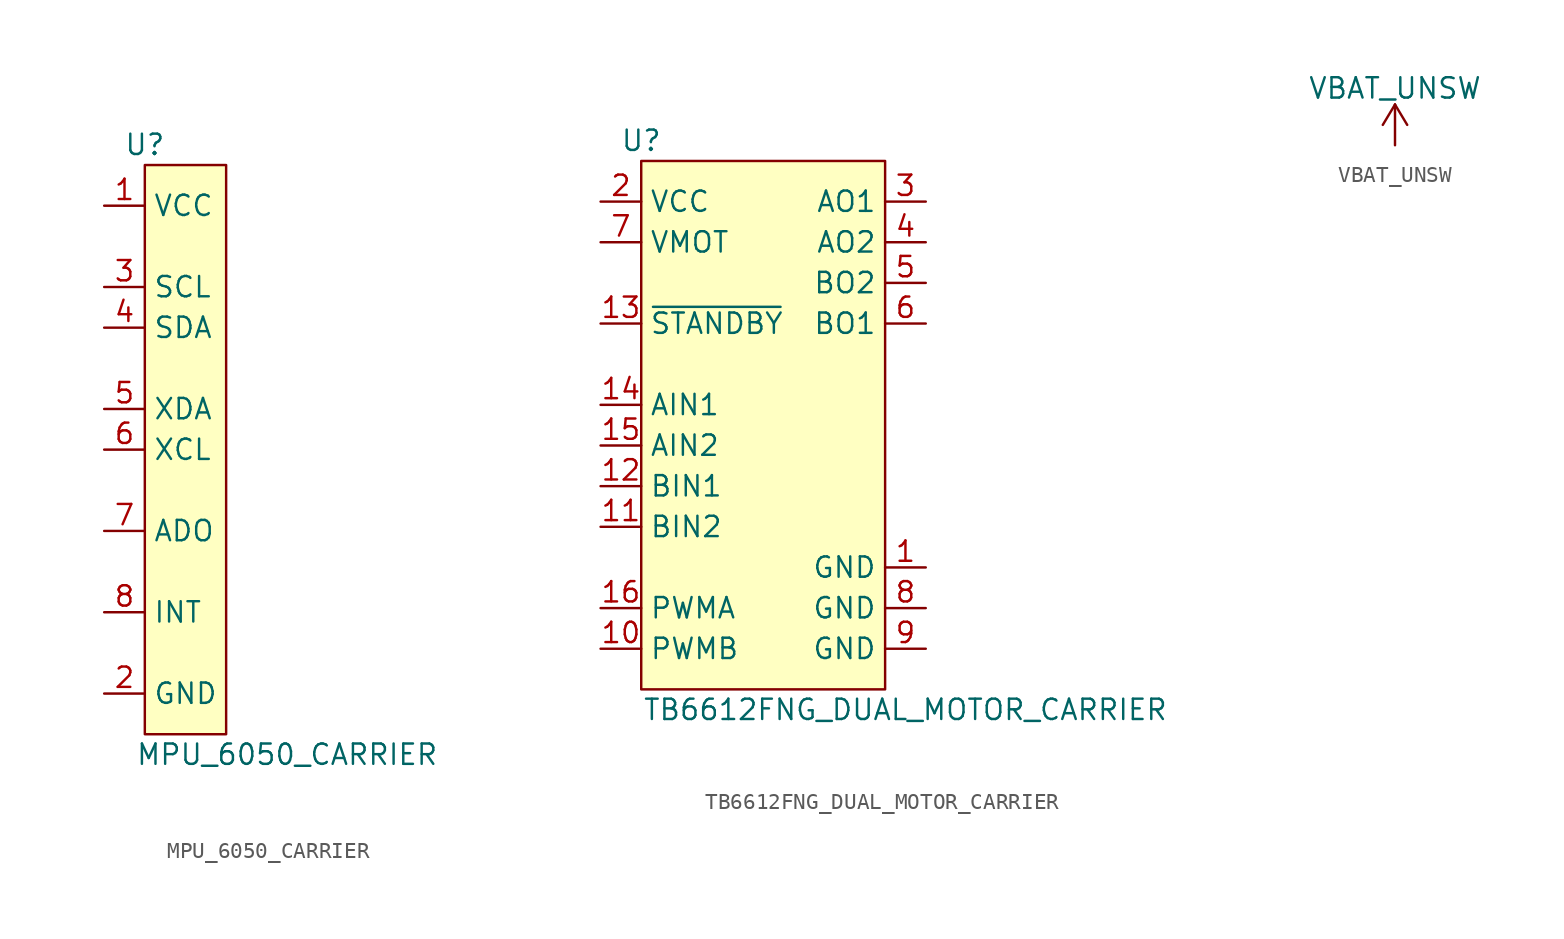
<source format=kicad_sym>
(kicad_symbol_lib
  (version 20211014)
  (generator kicad_symbol_editor)
  (symbol "MPU_6050_CARRIER"
    (property "Reference" "U"
      (at 0 1.27 0)
      (effects (font (size 1.27 1.27))))
    (property "Value" "MPU_6050_CARRIER"
      (at 8.89 -36.83 0)
      (effects (font (size 1.27 1.27))))
    (symbol "MPU_6050_CARRIER_0_1"
      (rectangle (start 0 0) (end 5.08 -35.56) (stroke (width 0) (type default) (color 0 0 0 0)) (fill (type background))))
    (symbol "MPU_6050_CARRIER_1_1"
      (pin power_in line (at -2.54 -2.54 0) (length 2.54) (name "VCC" (effects (font (size 1.27 1.27)))) (number "1" (effects (font (size 1.27 1.27)))))
      (pin power_in line (at -2.54 -33.02 0) (length 2.54) (name "GND" (effects (font (size 1.27 1.27)))) (number "2" (effects (font (size 1.27 1.27)))))
      (pin input line (at -2.54 -7.62 0) (length 2.54) (name "SCL" (effects (font (size 1.27 1.27)))) (number "3" (effects (font (size 1.27 1.27)))))
      (pin bidirectional line (at -2.54 -10.16 0) (length 2.54) (name "SDA" (effects (font (size 1.27 1.27)))) (number "4" (effects (font (size 1.27 1.27)))))
      (pin bidirectional line (at -2.54 -15.24 0) (length 2.54) (name "XDA" (effects (font (size 1.27 1.27)))) (number "5" (effects (font (size 1.27 1.27)))))
      (pin output line (at -2.54 -17.78 0) (length 2.54) (name "XCL" (effects (font (size 1.27 1.27)))) (number "6" (effects (font (size 1.27 1.27)))))
      (pin input line (at -2.54 -22.86 0) (length 2.54) (name "ADO" (effects (font (size 1.27 1.27)))) (number "7" (effects (font (size 1.27 1.27)))))
      (pin output line (at -2.54 -27.94 0) (length 2.54) (name "INT" (effects (font (size 1.27 1.27)))) (number "8" (effects (font (size 1.27 1.27)))))))
  (symbol "TB6612FNG_DUAL_MOTOR_CARRIER"
    (property "Reference" "U"
      (at 0 1.27 0)
      (effects (font (size 1.27 1.27))))
    (property "Value" "TB6612FNG_DUAL_MOTOR_CARRIER"
      (at 16.51 -34.29 0)
      (effects (font (size 1.27 1.27))))
    (symbol "TB6612FNG_DUAL_MOTOR_CARRIER_0_1"
      (rectangle (start 0 0) (end 15.24 -33.02) (stroke (width 0) (type default) (color 0 0 0 0)) (fill (type background))))
    (symbol "TB6612FNG_DUAL_MOTOR_CARRIER_1_1"
      (pin power_in line (at 17.78 -25.4 180) (length 2.54) (name "GND" (effects (font (size 1.27 1.27)))) (number "1" (effects (font (size 1.27 1.27)))))
      (pin input line (at -2.54 -30.48 0) (length 2.54) (name "PWMB" (effects (font (size 1.27 1.27)))) (number "10" (effects (font (size 1.27 1.27)))))
      (pin input line (at -2.54 -22.86 0) (length 2.54) (name "BIN2" (effects (font (size 1.27 1.27)))) (number "11" (effects (font (size 1.27 1.27)))))
      (pin input line (at -2.54 -20.32 0) (length 2.54) (name "BIN1" (effects (font (size 1.27 1.27)))) (number "12" (effects (font (size 1.27 1.27)))))
      (pin input line (at -2.54 -10.16 0) (length 2.54) (name "~{STANDBY}" (effects (font (size 1.27 1.27)))) (number "13" (effects (font (size 1.27 1.27)))))
      (pin input line (at -2.54 -15.24 0) (length 2.54) (name "AIN1" (effects (font (size 1.27 1.27)))) (number "14" (effects (font (size 1.27 1.27)))))
      (pin input line (at -2.54 -17.78 0) (length 2.54) (name "AIN2" (effects (font (size 1.27 1.27)))) (number "15" (effects (font (size 1.27 1.27)))))
      (pin input line (at -2.54 -27.94 0) (length 2.54) (name "PWMA" (effects (font (size 1.27 1.27)))) (number "16" (effects (font (size 1.27 1.27)))))
      (pin power_in line (at -2.54 -2.54 0) (length 2.54) (name "VCC" (effects (font (size 1.27 1.27)))) (number "2" (effects (font (size 1.27 1.27)))))
      (pin output line (at 17.78 -2.54 180) (length 2.54) (name "AO1" (effects (font (size 1.27 1.27)))) (number "3" (effects (font (size 1.27 1.27)))))
      (pin output line (at 17.78 -5.08 180) (length 2.54) (name "AO2" (effects (font (size 1.27 1.27)))) (number "4" (effects (font (size 1.27 1.27)))))
      (pin output line (at 17.78 -7.62 180) (length 2.54) (name "BO2" (effects (font (size 1.27 1.27)))) (number "5" (effects (font (size 1.27 1.27)))))
      (pin output line (at 17.78 -10.16 180) (length 2.54) (name "BO1" (effects (font (size 1.27 1.27)))) (number "6" (effects (font (size 1.27 1.27)))))
      (pin output line (at -2.54 -5.08 0) (length 2.54) (name "VMOT" (effects (font (size 1.27 1.27)))) (number "7" (effects (font (size 1.27 1.27)))))
      (pin power_in line (at 17.78 -27.94 180) (length 2.54) (name "GND" (effects (font (size 1.27 1.27)))) (number "8" (effects (font (size 1.27 1.27)))))
      (pin power_in line (at 17.78 -30.48 180) (length 2.54) (name "GND" (effects (font (size 1.27 1.27)))) (number "9" (effects (font (size 1.27 1.27)))))))
  (symbol "VBAT_UNSW"
    (power)
    (pin_names
      (offset 0))
    (property "Reference" "#PWR"
      (at 0 -3.81 0)
      (effects (font (size 1.27 1.27)) hide))
    (property "Value" "VBAT_UNSW"
      (at 0 3.556 0)
      (effects (font (size 1.27 1.27))))
    (symbol "VBAT_UNSW_0_1"
      (polyline (pts (xy -0.762 1.27) (xy 0 2.54)) (stroke (width 0) (type default) (color 0 0 0 0)) (fill (type none)))
      (polyline (pts (xy 0 0) (xy 0 2.54)) (stroke (width 0) (type default) (color 0 0 0 0)) (fill (type none)))
      (polyline (pts (xy 0 2.54) (xy 0.762 1.27)) (stroke (width 0) (type default) (color 0 0 0 0)) (fill (type none))))
    (symbol "VBAT_UNSW_1_1"
      (pin power_in line (at 0 0 90) (length 0) hide (name "VBAT_UNSW" (effects (font (size 1.27 1.27)))) (number "1" (effects (font (size 1.27 1.27))))))))
</source>
